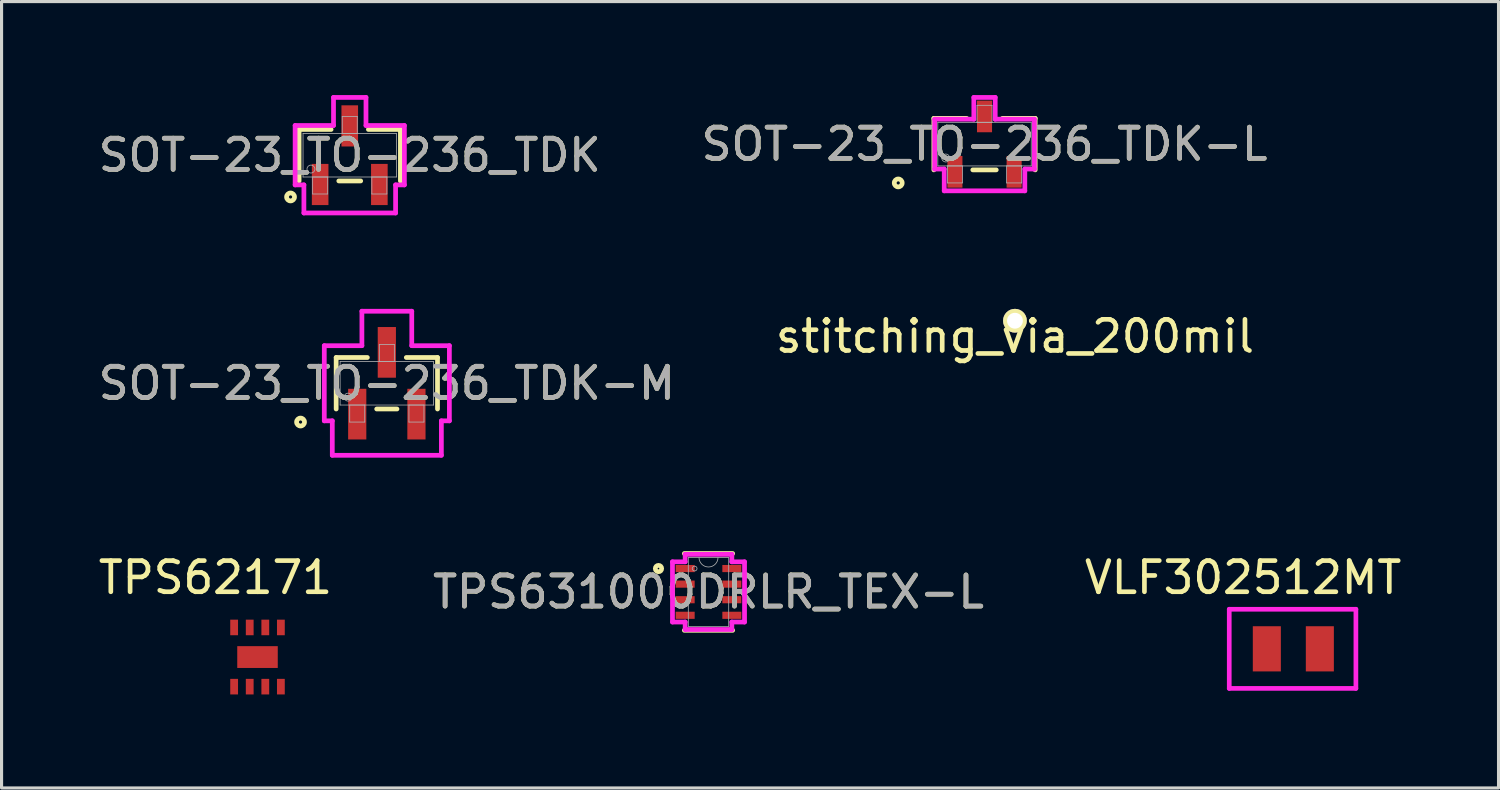
<source format=kicad_pcb>
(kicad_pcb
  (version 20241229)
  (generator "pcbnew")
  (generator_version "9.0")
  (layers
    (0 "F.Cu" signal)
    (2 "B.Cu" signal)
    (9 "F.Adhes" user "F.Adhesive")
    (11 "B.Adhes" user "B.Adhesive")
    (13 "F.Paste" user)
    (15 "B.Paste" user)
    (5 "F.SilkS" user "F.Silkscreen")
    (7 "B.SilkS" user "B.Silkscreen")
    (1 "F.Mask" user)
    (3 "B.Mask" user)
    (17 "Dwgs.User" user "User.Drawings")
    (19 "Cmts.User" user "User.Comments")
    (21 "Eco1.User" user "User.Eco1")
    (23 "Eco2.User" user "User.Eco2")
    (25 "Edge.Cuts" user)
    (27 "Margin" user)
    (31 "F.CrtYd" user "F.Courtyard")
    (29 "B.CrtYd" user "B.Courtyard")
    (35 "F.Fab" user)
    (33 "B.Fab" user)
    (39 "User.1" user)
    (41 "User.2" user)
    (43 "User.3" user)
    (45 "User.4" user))
  (footprint "VLF302512MT"
    (layer "F.Cu")
    (at 38.427 17.77)
    (property "Reference" "VLF302512MT" (at -1.587 -2.286 0) (layer "F.SilkS") (effects (font (size 1 1) (thickness 0.15))))
    (attr through_hole)
    (fp_line (start -2.032 -1.27) (end -2.032 1.27) (stroke (width 0.15) (type solid)) (layer "F.CrtYd"))
    (fp_line (start -2.032 1.27) (end 2.032 1.27) (stroke (width 0.15) (type solid)) (layer "F.CrtYd"))
    (fp_line (start 2.032 -1.27) (end -2.032 -1.27) (stroke (width 0.15) (type solid)) (layer "F.CrtYd"))
    (fp_line (start 2.032 1.27) (end 2.032 -1.27) (stroke (width 0.15) (type solid)) (layer "F.CrtYd"))
    (pad "1" smd rect (at -0.826 0) (size 0.9 1.45) (layers "F.Cu" "F.Mask" "F.Paste"))
    (pad "2" smd rect (at 0.875 0) (size 0.9 1.45) (layers "F.Cu" "F.Mask" "F.Paste")))
  (footprint "SOT-23_TO-236_TDK-M"
    (layer "F.Cu")
    (at 9.363 9.248)
    (property "Reference" "SOT-23_TO-236_TDK-M" (at 0 0 0) (unlocked yes) (layer "F.SilkS") (effects (font (size 1 1) (thickness 0.15))))
    (attr smd)
    (fp_line (start -1.626 -0.826) (end -1.626 0.826) (stroke (width 0.152) (type solid)) (layer "F.SilkS"))
    (fp_line (start -0.625 -0.826) (end -1.626 -0.826) (stroke (width 0.152) (type solid)) (layer "F.SilkS"))
    (fp_line (start -0.325 0.826) (end 0.325 0.826) (stroke (width 0.152) (type solid)) (layer "F.SilkS"))
    (fp_line (start 1.626 -0.826) (end 0.625 -0.826) (stroke (width 0.152) (type solid)) (layer "F.SilkS"))
    (fp_line (start 1.626 0.826) (end 1.626 -0.826) (stroke (width 0.152) (type solid)) (layer "F.SilkS"))
    (fp_circle (center -2.769 1.245) (end -2.642 1.245) (stroke (width 0.152) (type solid)) (fill no) (layer "F.SilkS"))
    (fp_line (start -2.007 -1.206) (end -0.8 -1.206) (stroke (width 0.152) (type solid)) (layer "F.CrtYd"))
    (fp_line (start -2.007 1.206) (end -2.007 -1.206) (stroke (width 0.152) (type solid)) (layer "F.CrtYd"))
    (fp_line (start -2.007 1.206) (end -1.75 1.206) (stroke (width 0.152) (type solid)) (layer "F.CrtYd"))
    (fp_line (start -1.75 1.206) (end -1.75 2.311) (stroke (width 0.152) (type solid)) (layer "F.CrtYd"))
    (fp_line (start -1.75 2.311) (end 1.75 2.311) (stroke (width 0.152) (type solid)) (layer "F.CrtYd"))
    (fp_line (start -0.8 -2.311) (end 0.8 -2.311) (stroke (width 0.152) (type solid)) (layer "F.CrtYd"))
    (fp_line (start -0.8 -1.206) (end -0.8 -2.311) (stroke (width 0.152) (type solid)) (layer "F.CrtYd"))
    (fp_line (start 0.8 -1.206) (end 0.8 -2.311) (stroke (width 0.152) (type solid)) (layer "F.CrtYd"))
    (fp_line (start 1.75 1.206) (end 1.75 2.311) (stroke (width 0.152) (type solid)) (layer "F.CrtYd"))
    (fp_line (start 2.007 -1.206) (end 0.8 -1.206) (stroke (width 0.152) (type solid)) (layer "F.CrtYd"))
    (fp_line (start 2.007 -1.206) (end 2.007 1.206) (stroke (width 0.152) (type solid)) (layer "F.CrtYd"))
    (fp_line (start 2.007 1.206) (end 1.75 1.206) (stroke (width 0.152) (type solid)) (layer "F.CrtYd"))
    (fp_line (start -1.499 -0.699) (end -1.499 0.699) (stroke (width 0.025) (type solid)) (layer "F.Fab"))
    (fp_line (start -1.499 0.699) (end 1.499 0.699) (stroke (width 0.025) (type solid)) (layer "F.Fab"))
    (fp_line (start -1.191 0.699) (end -1.191 1.245) (stroke (width 0.025) (type solid)) (layer "F.Fab"))
    (fp_line (start -1.191 1.245) (end -0.709 1.245) (stroke (width 0.025) (type solid)) (layer "F.Fab"))
    (fp_line (start -0.709 0.699) (end -1.191 0.699) (stroke (width 0.025) (type solid)) (layer "F.Fab"))
    (fp_line (start -0.709 1.245) (end -0.709 0.699) (stroke (width 0.025) (type solid)) (layer "F.Fab"))
    (fp_line (start -0.241 -1.245) (end -0.241 -0.699) (stroke (width 0.025) (type solid)) (layer "F.Fab"))
    (fp_line (start -0.241 -0.699) (end 0.241 -0.699) (stroke (width 0.025) (type solid)) (layer "F.Fab"))
    (fp_line (start 0.241 -1.245) (end -0.241 -1.245) (stroke (width 0.025) (type solid)) (layer "F.Fab"))
    (fp_line (start 0.241 -0.699) (end 0.241 -1.245) (stroke (width 0.025) (type solid)) (layer "F.Fab"))
    (fp_line (start 0.709 0.699) (end 0.709 1.245) (stroke (width 0.025) (type solid)) (layer "F.Fab"))
    (fp_line (start 0.709 1.245) (end 1.191 1.245) (stroke (width 0.025) (type solid)) (layer "F.Fab"))
    (fp_line (start 1.191 0.699) (end 0.709 0.699) (stroke (width 0.025) (type solid)) (layer "F.Fab"))
    (fp_line (start 1.191 1.245) (end 1.191 0.699) (stroke (width 0.025) (type solid)) (layer "F.Fab"))
    (fp_line (start 1.499 -0.699) (end -1.499 -0.699) (stroke (width 0.025) (type solid)) (layer "F.Fab"))
    (fp_line (start 1.499 0.699) (end 1.499 -0.699) (stroke (width 0.025) (type solid)) (layer "F.Fab"))
    (fp_circle (center -1.245 0.445) (end -1.118 0.445) (stroke (width 0.025) (type solid)) (fill no) (layer "F.Fab"))
    (fp_text user "${REFERENCE}" (at 0 0 0) (unlocked yes) (layer "F.Fab") (effects (font (size 1 1) (thickness 0.15))))
    (pad "1" smd rect (at -0.95 0.991) (size 0.584 1.626) (layers "F.Cu" "F.Mask" "F.Paste"))
    (pad "2" smd rect (at 0.95 0.991) (size 0.584 1.626) (layers "F.Cu" "F.Mask" "F.Paste"))
    (pad "3" smd rect (at 0 -0.991) (size 0.584 1.626) (layers "F.Cu" "F.Mask" "F.Paste")))
  (footprint "SOT-23_TO-236_TDK-L"
    (layer "F.Cu")
    (at 28.542 1.575)
    (property "Reference" "SOT-23_TO-236_TDK-L" (at 0 0 0) (unlocked yes) (layer "F.SilkS") (effects (font (size 1 1) (thickness 0.15))))
    (attr smd)
    (fp_line (start -1.626 -0.826) (end -1.626 0.826) (stroke (width 0.152) (type solid)) (layer "F.SilkS"))
    (fp_line (start -0.574 -0.826) (end -1.626 -0.826) (stroke (width 0.152) (type solid)) (layer "F.SilkS"))
    (fp_line (start -0.376 0.826) (end 0.376 0.826) (stroke (width 0.152) (type solid)) (layer "F.SilkS"))
    (fp_line (start 1.626 -0.826) (end 0.574 -0.826) (stroke (width 0.152) (type solid)) (layer "F.SilkS"))
    (fp_line (start 1.626 0.826) (end 1.626 -0.826) (stroke (width 0.152) (type solid)) (layer "F.SilkS"))
    (fp_circle (center -2.769 1.245) (end -2.642 1.245) (stroke (width 0.152) (type solid)) (fill no) (layer "F.SilkS"))
    (fp_line (start -1.6 -0.8) (end -0.343 -0.8) (stroke (width 0.152) (type solid)) (layer "F.CrtYd"))
    (fp_line (start -1.6 0.8) (end -1.6 -0.8) (stroke (width 0.152) (type solid)) (layer "F.CrtYd"))
    (fp_line (start -1.6 0.8) (end -1.293 0.8) (stroke (width 0.152) (type solid)) (layer "F.CrtYd"))
    (fp_line (start -1.293 0.8) (end -1.293 1.499) (stroke (width 0.152) (type solid)) (layer "F.CrtYd"))
    (fp_line (start -1.293 1.499) (end 1.293 1.499) (stroke (width 0.152) (type solid)) (layer "F.CrtYd"))
    (fp_line (start -0.343 -1.499) (end 0.343 -1.499) (stroke (width 0.152) (type solid)) (layer "F.CrtYd"))
    (fp_line (start -0.343 -0.8) (end -0.343 -1.499) (stroke (width 0.152) (type solid)) (layer "F.CrtYd"))
    (fp_line (start 0.343 -0.8) (end 0.343 -1.499) (stroke (width 0.152) (type solid)) (layer "F.CrtYd"))
    (fp_line (start 1.293 0.8) (end 1.293 1.499) (stroke (width 0.152) (type solid)) (layer "F.CrtYd"))
    (fp_line (start 1.6 -0.8) (end 0.343 -0.8) (stroke (width 0.152) (type solid)) (layer "F.CrtYd"))
    (fp_line (start 1.6 -0.8) (end 1.6 0.8) (stroke (width 0.152) (type solid)) (layer "F.CrtYd"))
    (fp_line (start 1.6 0.8) (end 1.293 0.8) (stroke (width 0.152) (type solid)) (layer "F.CrtYd"))
    (fp_line (start -1.499 -0.699) (end -1.499 0.699) (stroke (width 0.025) (type solid)) (layer "F.Fab"))
    (fp_line (start -1.499 0.699) (end 1.499 0.699) (stroke (width 0.025) (type solid)) (layer "F.Fab"))
    (fp_line (start -1.191 0.699) (end -1.191 1.245) (stroke (width 0.025) (type solid)) (layer "F.Fab"))
    (fp_line (start -1.191 1.245) (end -0.709 1.245) (stroke (width 0.025) (type solid)) (layer "F.Fab"))
    (fp_line (start -0.709 0.699) (end -1.191 0.699) (stroke (width 0.025) (type solid)) (layer "F.Fab"))
    (fp_line (start -0.709 1.245) (end -0.709 0.699) (stroke (width 0.025) (type solid)) (layer "F.Fab"))
    (fp_line (start -0.241 -1.245) (end -0.241 -0.699) (stroke (width 0.025) (type solid)) (layer "F.Fab"))
    (fp_line (start -0.241 -0.699) (end 0.241 -0.699) (stroke (width 0.025) (type solid)) (layer "F.Fab"))
    (fp_line (start 0.241 -1.245) (end -0.241 -1.245) (stroke (width 0.025) (type solid)) (layer "F.Fab"))
    (fp_line (start 0.241 -0.699) (end 0.241 -1.245) (stroke (width 0.025) (type solid)) (layer "F.Fab"))
    (fp_line (start 0.709 0.699) (end 0.709 1.245) (stroke (width 0.025) (type solid)) (layer "F.Fab"))
    (fp_line (start 0.709 1.245) (end 1.191 1.245) (stroke (width 0.025) (type solid)) (layer "F.Fab"))
    (fp_line (start 1.191 0.699) (end 0.709 0.699) (stroke (width 0.025) (type solid)) (layer "F.Fab"))
    (fp_line (start 1.191 1.245) (end 1.191 0.699) (stroke (width 0.025) (type solid)) (layer "F.Fab"))
    (fp_line (start 1.499 -0.699) (end -1.499 -0.699) (stroke (width 0.025) (type solid)) (layer "F.Fab"))
    (fp_line (start 1.499 0.699) (end 1.499 -0.699) (stroke (width 0.025) (type solid)) (layer "F.Fab"))
    (fp_circle (center -1.245 0.445) (end -1.118 0.445) (stroke (width 0.025) (type solid)) (fill no) (layer "F.Fab"))
    (fp_text user "${REFERENCE}" (at 0 0 0) (unlocked yes) (layer "F.Fab") (effects (font (size 1 1) (thickness 0.15))))
    (pad "1" smd rect (at -0.95 0.889) (size 0.483 1.016) (layers "F.Cu" "F.Mask" "F.Paste"))
    (pad "2" smd rect (at 0.95 0.889) (size 0.483 1.016) (layers "F.Cu" "F.Mask" "F.Paste"))
    (pad "3" smd rect (at 0 -0.889) (size 0.483 1.016) (layers "F.Cu" "F.Mask" "F.Paste")))
  (footprint "TPS631000DRLR_TEX-L"
    (layer "F.Cu")
    (at 19.685 15.944)
    (property "Reference" "TPS631000DRLR_TEX-L" (at 0 0 0) (unlocked yes) (layer "F.SilkS") (effects (font (size 1 1) (thickness 0.15))))
    (attr smd)
    (fp_line (start -0.775 1.232) (end 0.775 1.232) (stroke (width 0.152) (type solid)) (layer "F.SilkS"))
    (fp_line (start 0.775 -1.232) (end -0.775 -1.232) (stroke (width 0.152) (type solid)) (layer "F.SilkS"))
    (fp_circle (center -1.605 -0.75) (end -1.503 -0.75) (stroke (width 0.152) (type solid)) (fill no) (layer "F.SilkS"))
    (fp_line (start -1.156 -0.966) (end -0.749 -0.966) (stroke (width 0.152) (type solid)) (layer "F.CrtYd"))
    (fp_line (start -1.156 0.966) (end -1.156 -0.966) (stroke (width 0.152) (type solid)) (layer "F.CrtYd"))
    (fp_line (start -1.156 0.966) (end -0.749 0.966) (stroke (width 0.152) (type solid)) (layer "F.CrtYd"))
    (fp_line (start -0.749 -1.206) (end 0.749 -1.206) (stroke (width 0.152) (type solid)) (layer "F.CrtYd"))
    (fp_line (start -0.749 -0.966) (end -0.749 -1.206) (stroke (width 0.152) (type solid)) (layer "F.CrtYd"))
    (fp_line (start -0.749 1.206) (end -0.749 0.966) (stroke (width 0.152) (type solid)) (layer "F.CrtYd"))
    (fp_line (start 0.749 -1.206) (end 0.749 -0.966) (stroke (width 0.152) (type solid)) (layer "F.CrtYd"))
    (fp_line (start 0.749 0.966) (end 0.749 1.206) (stroke (width 0.152) (type solid)) (layer "F.CrtYd"))
    (fp_line (start 0.749 1.206) (end -0.749 1.206) (stroke (width 0.152) (type solid)) (layer "F.CrtYd"))
    (fp_line (start 1.156 -0.966) (end 0.749 -0.966) (stroke (width 0.152) (type solid)) (layer "F.CrtYd"))
    (fp_line (start 1.156 -0.966) (end 1.156 0.966) (stroke (width 0.152) (type solid)) (layer "F.CrtYd"))
    (fp_line (start 1.156 0.966) (end 0.749 0.966) (stroke (width 0.152) (type solid)) (layer "F.CrtYd"))
    (fp_line (start -0.648 -1.105) (end -0.648 1.105) (stroke (width 0.025) (type solid)) (layer "F.Fab"))
    (fp_line (start -0.648 1.105) (end 0.648 1.105) (stroke (width 0.025) (type solid)) (layer "F.Fab"))
    (fp_line (start 0.648 -1.105) (end -0.648 -1.105) (stroke (width 0.025) (type solid)) (layer "F.Fab"))
    (fp_line (start 0.648 1.105) (end 0.648 -1.105) (stroke (width 0.025) (type solid)) (layer "F.Fab"))
    (fp_arc (start 0.3048 -1.1049) (mid 0 -0.8001) (end -0.3048 -1.1049) (stroke (width 0.0254) (type solid)) (layer "F.Fab"))
    (fp_circle (center -0.445 -0.75) (end -0.368 -0.75) (stroke (width 0.025) (type solid)) (fill no) (layer "F.Fab"))
    (fp_text user "${REFERENCE}" (at 0 0 0) (unlocked yes) (layer "F.Fab") (effects (font (size 1 1) (thickness 0.15))))
    (pad "1" smd rect (at -0.749 -0.75) (size 0.61 0.229) (layers "F.Cu" "F.Mask" "F.Paste"))
    (pad "2" smd rect (at -0.749 -0.25) (size 0.61 0.229) (layers "F.Cu" "F.Mask" "F.Paste"))
    (pad "3" smd rect (at -0.749 0.25) (size 0.61 0.229) (layers "F.Cu" "F.Mask" "F.Paste"))
    (pad "4" smd rect (at -0.749 0.75) (size 0.61 0.229) (layers "F.Cu" "F.Mask" "F.Paste"))
    (pad "5" smd rect (at 0.749 0.75) (size 0.61 0.229) (layers "F.Cu" "F.Mask" "F.Paste"))
    (pad "6" smd rect (at 0.749 0.25) (size 0.61 0.229) (layers "F.Cu" "F.Mask" "F.Paste"))
    (pad "7" smd rect (at 0.749 -0.25) (size 0.61 0.229) (layers "F.Cu" "F.Mask" "F.Paste"))
    (pad "8" smd rect (at 0.749 -0.75) (size 0.61 0.229) (layers "F.Cu" "F.Mask" "F.Paste")))
  (footprint "stitching_via_200mil"
    (layer "F.Cu")
    (at 29.518 7.242)
    (property "Reference" "stitching_via_200mil" (at 0 0.5 0) (layer "F.SilkS") (effects (font (size 1 1) (thickness 0.15))))
    (attr through_hole)
    (pad "1" thru_hole circle (at 0 0) (size 0.762 0.762) (drill 0.508) (layers "*.Cu" "*.Mask" "F.SilkS")))
  (footprint "TPS62171"
    (layer "F.Cu")
    (at 5.213 18.084)
    (property "Reference" "TPS62171" (at -1.35 -2.6 0) (layer "F.SilkS") (effects (font (size 1 1) (thickness 0.15))))
    (attr through_hole)
    (pad "1" smd rect (at -0.75 0.9) (size 0.25 0.5) (layers "F.Cu" "F.Mask" "F.Paste"))
    (pad "2" smd rect (at -0.25 0.9) (size 0.25 0.5) (layers "F.Cu" "F.Mask" "F.Paste"))
    (pad "3" smd rect (at 0.25 0.9) (size 0.25 0.5) (layers "F.Cu" "F.Mask" "F.Paste"))
    (pad "4" smd rect (at 0.75 0.9) (size 0.25 0.5) (layers "F.Cu" "F.Mask" "F.Paste"))
    (pad "5" smd rect (at 0.75 -1) (size 0.25 0.5) (layers "F.Cu" "F.Mask" "F.Paste"))
    (pad "6" smd rect (at 0.25 -1) (size 0.25 0.5) (layers "F.Cu" "F.Mask" "F.Paste"))
    (pad "7" smd rect (at -0.25 -1) (size 0.25 0.5) (layers "F.Cu" "F.Mask" "F.Paste"))
    (pad "8" smd rect (at -0.75 -1) (size 0.25 0.5) (layers "F.Cu" "F.Mask" "F.Paste"))
    (pad "9" smd rect (at 0 -0.05) (size 1.3 0.7) (layers "F.Cu" "F.Mask" "F.Paste")))
  (footprint "SOT-23_TO-236_TDK"
    (layer "F.Cu")
    (at 8.173 1.93)
    (property "Reference" "SOT-23_TO-236_TDK" (at 0 0 0) (unlocked yes) (layer "F.SilkS") (effects (font (size 1 1) (thickness 0.15))))
    (attr smd)
    (fp_line (start -1.626 -0.826) (end -1.626 0.826) (stroke (width 0.152) (type solid)) (layer "F.SilkS"))
    (fp_line (start -0.599 -0.826) (end -1.626 -0.826) (stroke (width 0.152) (type solid)) (layer "F.SilkS"))
    (fp_line (start -0.351 0.826) (end 0.351 0.826) (stroke (width 0.152) (type solid)) (layer "F.SilkS"))
    (fp_line (start 1.626 -0.826) (end 0.599 -0.826) (stroke (width 0.152) (type solid)) (layer "F.SilkS"))
    (fp_line (start 1.626 0.826) (end 1.626 -0.826) (stroke (width 0.152) (type solid)) (layer "F.SilkS"))
    (fp_circle (center -1.9 1.34) (end -1.773 1.34) (stroke (width 0.152) (type solid)) (fill no) (layer "F.SilkS"))
    (fp_line (start -1.753 -0.953) (end -0.521 -0.953) (stroke (width 0.152) (type solid)) (layer "F.CrtYd"))
    (fp_line (start -1.753 0.953) (end -1.753 -0.953) (stroke (width 0.152) (type solid)) (layer "F.CrtYd"))
    (fp_line (start -1.753 0.953) (end -1.471 0.953) (stroke (width 0.152) (type solid)) (layer "F.CrtYd"))
    (fp_line (start -1.471 0.953) (end -1.471 1.854) (stroke (width 0.152) (type solid)) (layer "F.CrtYd"))
    (fp_line (start -1.471 1.854) (end 1.471 1.854) (stroke (width 0.152) (type solid)) (layer "F.CrtYd"))
    (fp_line (start -0.521 -1.854) (end 0.521 -1.854) (stroke (width 0.152) (type solid)) (layer "F.CrtYd"))
    (fp_line (start -0.521 -0.953) (end -0.521 -1.854) (stroke (width 0.152) (type solid)) (layer "F.CrtYd"))
    (fp_line (start 0.521 -0.953) (end 0.521 -1.854) (stroke (width 0.152) (type solid)) (layer "F.CrtYd"))
    (fp_line (start 1.471 0.953) (end 1.471 1.854) (stroke (width 0.152) (type solid)) (layer "F.CrtYd"))
    (fp_line (start 1.753 -0.953) (end 0.521 -0.953) (stroke (width 0.152) (type solid)) (layer "F.CrtYd"))
    (fp_line (start 1.753 -0.953) (end 1.753 0.953) (stroke (width 0.152) (type solid)) (layer "F.CrtYd"))
    (fp_line (start 1.753 0.953) (end 1.471 0.953) (stroke (width 0.152) (type solid)) (layer "F.CrtYd"))
    (fp_line (start -1.499 -0.699) (end -1.499 0.699) (stroke (width 0.025) (type solid)) (layer "F.Fab"))
    (fp_line (start -1.499 0.699) (end 1.499 0.699) (stroke (width 0.025) (type solid)) (layer "F.Fab"))
    (fp_line (start -1.191 0.699) (end -1.191 1.245) (stroke (width 0.025) (type solid)) (layer "F.Fab"))
    (fp_line (start -1.191 1.245) (end -0.709 1.245) (stroke (width 0.025) (type solid)) (layer "F.Fab"))
    (fp_line (start -0.709 0.699) (end -1.191 0.699) (stroke (width 0.025) (type solid)) (layer "F.Fab"))
    (fp_line (start -0.709 1.245) (end -0.709 0.699) (stroke (width 0.025) (type solid)) (layer "F.Fab"))
    (fp_line (start -0.241 -1.245) (end -0.241 -0.699) (stroke (width 0.025) (type solid)) (layer "F.Fab"))
    (fp_line (start -0.241 -0.699) (end 0.241 -0.699) (stroke (width 0.025) (type solid)) (layer "F.Fab"))
    (fp_line (start 0.241 -1.245) (end -0.241 -1.245) (stroke (width 0.025) (type solid)) (layer "F.Fab"))
    (fp_line (start 0.241 -0.699) (end 0.241 -1.245) (stroke (width 0.025) (type solid)) (layer "F.Fab"))
    (fp_line (start 0.709 0.699) (end 0.709 1.245) (stroke (width 0.025) (type solid)) (layer "F.Fab"))
    (fp_line (start 0.709 1.245) (end 1.191 1.245) (stroke (width 0.025) (type solid)) (layer "F.Fab"))
    (fp_line (start 1.191 0.699) (end 0.709 0.699) (stroke (width 0.025) (type solid)) (layer "F.Fab"))
    (fp_line (start 1.191 1.245) (end 1.191 0.699) (stroke (width 0.025) (type solid)) (layer "F.Fab"))
    (fp_line (start 1.499 -0.699) (end -1.499 -0.699) (stroke (width 0.025) (type solid)) (layer "F.Fab"))
    (fp_line (start 1.499 0.699) (end 1.499 -0.699) (stroke (width 0.025) (type solid)) (layer "F.Fab"))
    (fp_circle (center -1.245 0.445) (end -1.118 0.445) (stroke (width 0.025) (type solid)) (fill no) (layer "F.Fab"))
    (fp_text user "${REFERENCE}" (at 0 0 0) (unlocked yes) (layer "F.Fab") (effects (font (size 1 1) (thickness 0.15))))
    (pad "1" smd rect (at -0.95 0.94) (size 0.533 1.321) (layers "F.Cu" "F.Mask" "F.Paste"))
    (pad "2" smd rect (at 0.95 0.94) (size 0.533 1.321) (layers "F.Cu" "F.Mask" "F.Paste"))
    (pad "3" smd rect (at 0 -0.94) (size 0.533 1.321) (layers "F.Cu" "F.Mask" "F.Paste")))
  (gr_rect
    (start -3 -3)
    (end 45.036 22.234)
    (stroke (width 0.1) (type default))
    (fill no)
    (layer "Edge.Cuts")))
</source>
